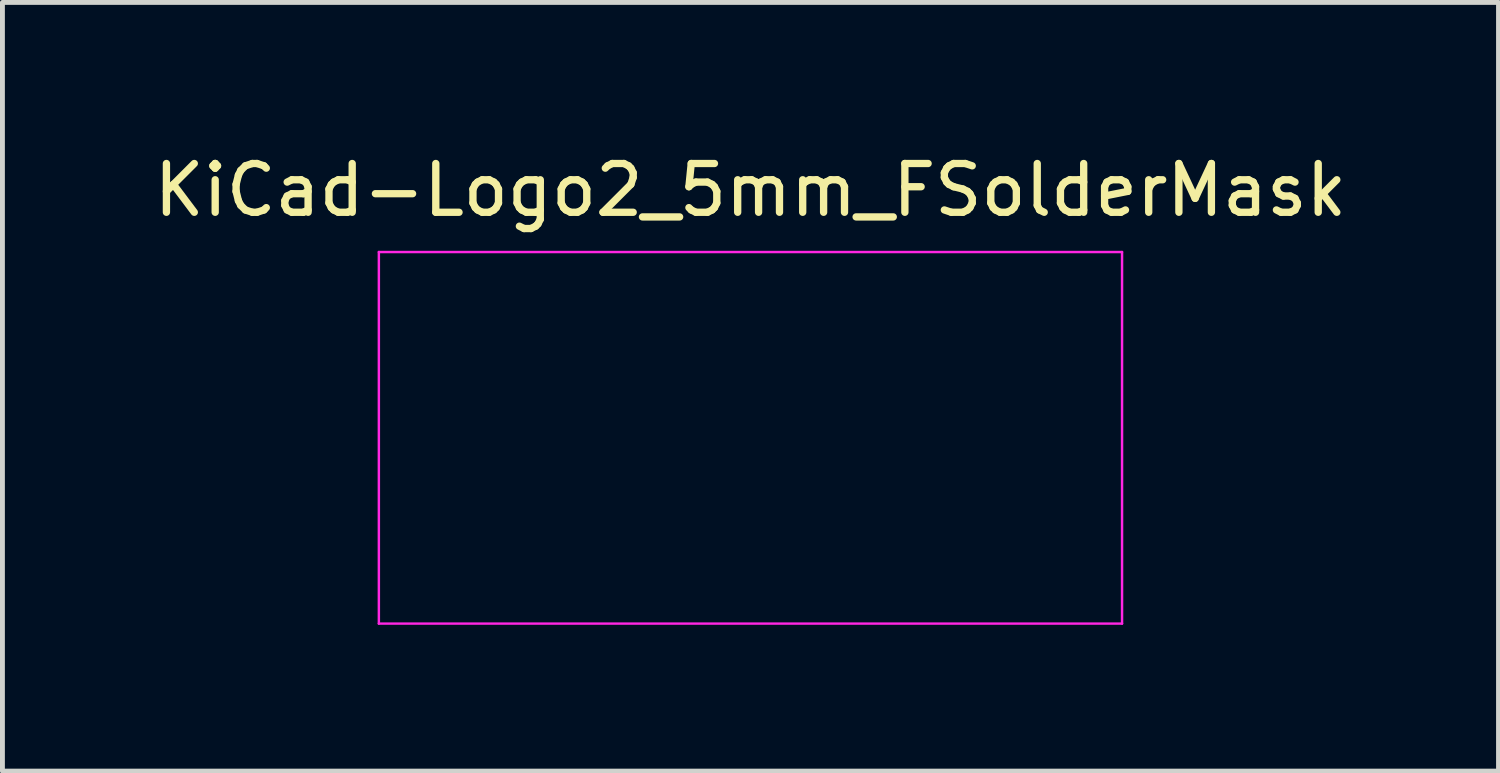
<source format=kicad_pcb>
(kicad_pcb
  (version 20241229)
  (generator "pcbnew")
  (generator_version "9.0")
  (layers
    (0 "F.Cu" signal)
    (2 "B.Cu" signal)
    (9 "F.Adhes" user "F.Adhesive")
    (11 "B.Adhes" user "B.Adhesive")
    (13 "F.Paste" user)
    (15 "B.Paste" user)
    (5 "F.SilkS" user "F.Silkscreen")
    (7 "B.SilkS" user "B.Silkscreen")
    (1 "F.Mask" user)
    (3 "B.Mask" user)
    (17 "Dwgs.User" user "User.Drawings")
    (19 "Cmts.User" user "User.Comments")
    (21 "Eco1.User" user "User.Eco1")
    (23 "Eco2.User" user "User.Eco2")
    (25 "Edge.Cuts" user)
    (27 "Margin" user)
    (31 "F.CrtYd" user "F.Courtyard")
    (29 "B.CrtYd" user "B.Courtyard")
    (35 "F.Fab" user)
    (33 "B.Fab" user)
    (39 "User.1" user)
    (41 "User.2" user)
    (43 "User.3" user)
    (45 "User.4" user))
  (footprint "KiCad-Logo2_5mm_FSolderMask"
    (layer "F.Cu")
    (at 12.339 5.928)
    (property "Reference" "KiCad-Logo2_5mm_FSolderMask" (at 0 -5.08 0) (layer "F.SilkS") (effects (font (size 1 1) (thickness 0.15))))
    (attr exclude_from_pos_files exclude_from_bom)
    (fp_poly (pts (xy 4.189 2.276) (xy 4.212 2.291) (xy 4.239 2.312) (xy 4.239 2.634) (xy 4.239 2.728) (xy 4.239 2.802) (xy 4.238 2.859) (xy 4.236 2.901) (xy 4.234 2.931) (xy 4.231 2.951) (xy 4.227 2.965) (xy 4.221 2.974) (xy 4.217 2.979) (xy 4.186 3) (xy 4.15 2.999) (xy 4.119 2.981) (xy 4.092 2.96) (xy 4.092 2.312) (xy 4.119 2.291) (xy 4.145 2.275) (xy 4.166 2.269) (xy 4.189 2.276)) (stroke (width 0.01) (type solid)) (fill yes) (layer "F.Mask"))
    (fp_poly (pts (xy -2.924 2.292) (xy -2.917 2.299) (xy -2.912 2.309) (xy -2.908 2.324) (xy -2.905 2.346) (xy -2.903 2.378) (xy -2.902 2.422) (xy -2.902 2.482) (xy -2.901 2.56) (xy -2.901 2.636) (xy -2.901 2.73) (xy -2.902 2.804) (xy -2.902 2.86) (xy -2.904 2.902) (xy -2.906 2.932) (xy -2.909 2.952) (xy -2.913 2.965) (xy -2.919 2.974) (xy -2.924 2.98) (xy -2.957 3) (xy -2.992 2.998) (xy -3.023 2.977) (xy -3.031 2.968) (xy -3.036 2.959) (xy -3.041 2.945) (xy -3.044 2.924) (xy -3.046 2.895) (xy -3.047 2.853) (xy -3.048 2.796) (xy -3.048 2.722) (xy -3.048 2.638) (xy -3.048 2.324) (xy -3.02 2.297) (xy -2.986 2.273) (xy -2.953 2.273) (xy -2.924 2.292)) (stroke (width 0.01) (type solid)) (fill yes) (layer "F.Mask"))
    (fp_poly (pts (xy -2.273 -2.973) (xy -2.177 -2.949) (xy -2.09 -2.906) (xy -2.015 -2.847) (xy -1.954 -2.772) (xy -1.909 -2.683) (xy -1.883 -2.586) (xy -1.877 -2.489) (xy -1.892 -2.395) (xy -1.926 -2.307) (xy -1.977 -2.228) (xy -2.042 -2.16) (xy -2.121 -2.106) (xy -2.212 -2.068) (xy -2.263 -2.056) (xy -2.308 -2.048) (xy -2.342 -2.045) (xy -2.375 -2.047) (xy -2.415 -2.054) (xy -2.449 -2.061) (xy -2.542 -2.092) (xy -2.626 -2.143) (xy -2.698 -2.213) (xy -2.756 -2.298) (xy -2.77 -2.326) (xy -2.787 -2.362) (xy -2.797 -2.392) (xy -2.802 -2.425) (xy -2.805 -2.466) (xy -2.805 -2.512) (xy -2.801 -2.596) (xy -2.787 -2.665) (xy -2.762 -2.726) (xy -2.723 -2.784) (xy -2.684 -2.829) (xy -2.612 -2.895) (xy -2.537 -2.94) (xy -2.455 -2.967) (xy -2.377 -2.977) (xy -2.273 -2.973)) (stroke (width 0.01) (type solid)) (fill yes) (layer "F.Mask"))
    (fp_poly (pts (xy 4.963 2.269) (xy 5.042 2.27) (xy 5.103 2.27) (xy 5.149 2.272) (xy 5.182 2.274) (xy 5.205 2.277) (xy 5.221 2.28) (xy 5.231 2.285) (xy 5.236 2.289) (xy 5.261 2.321) (xy 5.265 2.355) (xy 5.249 2.386) (xy 5.238 2.398) (xy 5.227 2.406) (xy 5.211 2.412) (xy 5.186 2.414) (xy 5.147 2.416) (xy 5.09 2.416) (xy 5.079 2.416) (xy 4.933 2.416) (xy 4.933 2.687) (xy 4.933 2.772) (xy 4.933 2.838) (xy 4.932 2.887) (xy 4.93 2.922) (xy 4.927 2.946) (xy 4.923 2.962) (xy 4.918 2.972) (xy 4.911 2.98) (xy 4.878 3) (xy 4.843 2.999) (xy 4.812 2.976) (xy 4.81 2.973) (xy 4.802 2.962) (xy 4.797 2.95) (xy 4.793 2.933) (xy 4.79 2.908) (xy 4.788 2.872) (xy 4.787 2.822) (xy 4.787 2.755) (xy 4.786 2.68) (xy 4.786 2.416) (xy 4.647 2.416) (xy 4.587 2.415) (xy 4.546 2.414) (xy 4.519 2.411) (xy 4.502 2.405) (xy 4.49 2.397) (xy 4.489 2.395) (xy 4.473 2.362) (xy 4.474 2.324) (xy 4.493 2.292) (xy 4.5 2.285) (xy 4.51 2.28) (xy 4.524 2.276) (xy 4.545 2.274) (xy 4.575 2.272) (xy 4.618 2.27) (xy 4.676 2.269) (xy 4.75 2.269) (xy 4.844 2.269) (xy 4.864 2.269) (xy 4.963 2.269)) (stroke (width 0.01) (type solid)) (fill yes) (layer "F.Mask"))
    (fp_poly (pts (xy 6.229 2.275) (xy 6.26 2.297) (xy 6.288 2.324) (xy 6.288 2.634) (xy 6.288 2.726) (xy 6.287 2.798) (xy 6.287 2.853) (xy 6.285 2.893) (xy 6.283 2.922) (xy 6.28 2.942) (xy 6.275 2.956) (xy 6.269 2.967) (xy 6.265 2.973) (xy 6.234 2.998) (xy 6.198 3) (xy 6.166 2.985) (xy 6.156 2.976) (xy 6.148 2.965) (xy 6.144 2.946) (xy 6.142 2.915) (xy 6.141 2.869) (xy 6.141 2.833) (xy 6.141 2.698) (xy 5.644 2.698) (xy 5.644 2.821) (xy 5.644 2.877) (xy 5.642 2.915) (xy 5.638 2.941) (xy 5.63 2.96) (xy 5.621 2.973) (xy 5.59 2.998) (xy 5.555 3.001) (xy 5.522 2.983) (xy 5.513 2.974) (xy 5.506 2.962) (xy 5.502 2.943) (xy 5.499 2.914) (xy 5.498 2.87) (xy 5.497 2.808) (xy 5.497 2.794) (xy 5.497 2.678) (xy 5.497 2.582) (xy 5.497 2.504) (xy 5.497 2.443) (xy 5.498 2.396) (xy 5.5 2.361) (xy 5.502 2.335) (xy 5.505 2.318) (xy 5.51 2.306) (xy 5.515 2.298) (xy 5.52 2.292) (xy 5.552 2.272) (xy 5.585 2.275) (xy 5.617 2.297) (xy 5.629 2.311) (xy 5.638 2.327) (xy 5.642 2.35) (xy 5.644 2.384) (xy 5.644 2.436) (xy 5.644 2.551) (xy 6.141 2.551) (xy 6.141 2.433) (xy 6.142 2.378) (xy 6.144 2.341) (xy 6.148 2.317) (xy 6.155 2.301) (xy 6.164 2.292) (xy 6.196 2.272) (xy 6.229 2.275)) (stroke (width 0.01) (type solid)) (fill yes) (layer "F.Mask"))
    (fp_poly (pts (xy 1.018 2.269) (xy 1.147 2.274) (xy 1.257 2.287) (xy 1.349 2.31) (xy 1.426 2.343) (xy 1.489 2.388) (xy 1.539 2.444) (xy 1.58 2.514) (xy 1.58 2.515) (xy 1.605 2.577) (xy 1.613 2.633) (xy 1.606 2.688) (xy 1.584 2.751) (xy 1.579 2.761) (xy 1.55 2.817) (xy 1.517 2.86) (xy 1.475 2.897) (xy 1.417 2.934) (xy 1.414 2.936) (xy 1.364 2.96) (xy 1.307 2.978) (xy 1.24 2.991) (xy 1.159 2.999) (xy 1.06 3.002) (xy 1.025 3.002) (xy 0.86 3.003) (xy 0.836 2.973) (xy 0.829 2.963) (xy 0.824 2.952) (xy 0.82 2.936) (xy 0.817 2.913) (xy 0.815 2.88) (xy 0.814 2.856) (xy 0.971 2.856) (xy 1.065 2.856) (xy 1.12 2.854) (xy 1.176 2.85) (xy 1.222 2.844) (xy 1.225 2.844) (xy 1.307 2.822) (xy 1.371 2.789) (xy 1.418 2.743) (xy 1.451 2.683) (xy 1.457 2.667) (xy 1.463 2.642) (xy 1.46 2.618) (xy 1.448 2.585) (xy 1.441 2.569) (xy 1.418 2.527) (xy 1.39 2.497) (xy 1.359 2.477) (xy 1.297 2.45) (xy 1.218 2.43) (xy 1.125 2.419) (xy 1.058 2.416) (xy 0.971 2.416) (xy 0.971 2.856) (xy 0.814 2.856) (xy 0.814 2.835) (xy 0.813 2.774) (xy 0.813 2.696) (xy 0.813 2.634) (xy 0.813 2.324) (xy 0.841 2.297) (xy 0.853 2.286) (xy 0.866 2.278) (xy 0.885 2.273) (xy 0.913 2.27) (xy 0.955 2.269) (xy 1.015 2.269) (xy 1.018 2.269)) (stroke (width 0.01) (type solid)) (fill yes) (layer "F.Mask"))
    (fp_poly (pts (xy -6.121 2.269) (xy -6.082 2.269) (xy -5.966 2.272) (xy -5.869 2.281) (xy -5.788 2.295) (xy -5.719 2.317) (xy -5.658 2.347) (xy -5.604 2.387) (xy -5.584 2.404) (xy -5.552 2.443) (xy -5.523 2.497) (xy -5.5 2.557) (xy -5.488 2.615) (xy -5.486 2.636) (xy -5.494 2.695) (xy -5.516 2.759) (xy -5.547 2.82) (xy -5.584 2.868) (xy -5.59 2.874) (xy -5.641 2.915) (xy -5.696 2.947) (xy -5.76 2.971) (xy -5.834 2.988) (xy -5.924 2.998) (xy -6.031 3.002) (xy -6.08 3.003) (xy -6.142 3.003) (xy -6.186 3.001) (xy -6.215 2.999) (xy -6.234 2.994) (xy -6.247 2.987) (xy -6.254 2.98) (xy -6.261 2.973) (xy -6.266 2.963) (xy -6.27 2.948) (xy -6.273 2.926) (xy -6.274 2.894) (xy -6.276 2.85) (xy -6.276 2.79) (xy -6.277 2.712) (xy -6.277 2.636) (xy -6.277 2.535) (xy -6.277 2.454) (xy -6.276 2.416) (xy -6.13 2.416) (xy -6.13 2.856) (xy -6.037 2.856) (xy -5.981 2.854) (xy -5.922 2.85) (xy -5.873 2.844) (xy -5.872 2.844) (xy -5.792 2.825) (xy -5.731 2.795) (xy -5.684 2.753) (xy -5.655 2.707) (xy -5.636 2.656) (xy -5.638 2.608) (xy -5.659 2.557) (xy -5.7 2.504) (xy -5.758 2.465) (xy -5.833 2.438) (xy -5.883 2.429) (xy -5.939 2.423) (xy -6 2.418) (xy -6.051 2.416) (xy -6.054 2.416) (xy -6.13 2.416) (xy -6.276 2.416) (xy -6.275 2.392) (xy -6.271 2.345) (xy -6.263 2.312) (xy -6.25 2.29) (xy -6.23 2.277) (xy -6.203 2.27) (xy -6.167 2.269) (xy -6.121 2.269)) (stroke (width 0.01) (type solid)) (fill yes) (layer "F.Mask"))
    (fp_poly (pts (xy -1.3 2.273) (xy -1.277 2.287) (xy -1.246 2.31) (xy -1.206 2.342) (xy -1.156 2.386) (xy -1.094 2.441) (xy -1.018 2.509) (xy -0.931 2.588) (xy -0.751 2.752) (xy -0.745 2.532) (xy -0.743 2.456) (xy -0.741 2.4) (xy -0.739 2.36) (xy -0.736 2.332) (xy -0.731 2.314) (xy -0.725 2.303) (xy -0.717 2.294) (xy -0.713 2.291) (xy -0.678 2.272) (xy -0.645 2.274) (xy -0.619 2.291) (xy -0.593 2.312) (xy -0.589 2.627) (xy -0.588 2.72) (xy -0.588 2.793) (xy -0.588 2.848) (xy -0.589 2.889) (xy -0.591 2.919) (xy -0.594 2.939) (xy -0.598 2.953) (xy -0.604 2.964) (xy -0.61 2.972) (xy -0.623 2.988) (xy -0.637 2.999) (xy -0.652 3.003) (xy -0.671 2.999) (xy -0.695 2.987) (xy -0.727 2.965) (xy -0.768 2.932) (xy -0.821 2.887) (xy -0.886 2.829) (xy -0.96 2.762) (xy -1.225 2.521) (xy -1.23 2.741) (xy -1.233 2.816) (xy -1.235 2.872) (xy -1.237 2.913) (xy -1.24 2.94) (xy -1.244 2.958) (xy -1.25 2.969) (xy -1.259 2.978) (xy -1.263 2.981) (xy -1.3 3) (xy -1.335 2.997) (xy -1.365 2.973) (xy -1.372 2.963) (xy -1.378 2.952) (xy -1.382 2.936) (xy -1.385 2.913) (xy -1.386 2.88) (xy -1.388 2.835) (xy -1.388 2.774) (xy -1.389 2.694) (xy -1.389 2.636) (xy -1.388 2.544) (xy -1.388 2.473) (xy -1.387 2.418) (xy -1.386 2.378) (xy -1.384 2.349) (xy -1.38 2.329) (xy -1.376 2.315) (xy -1.37 2.305) (xy -1.365 2.299) (xy -1.354 2.285) (xy -1.343 2.274) (xy -1.332 2.268) (xy -1.318 2.267) (xy -1.3 2.273)) (stroke (width 0.01) (type solid)) (fill yes) (layer "F.Mask"))
    (fp_poly (pts (xy -1.95 2.275) (xy -1.882 2.286) (xy -1.829 2.304) (xy -1.795 2.327) (xy -1.785 2.341) (xy -1.776 2.372) (xy -1.782 2.4) (xy -1.802 2.427) (xy -1.834 2.44) (xy -1.879 2.439) (xy -1.914 2.432) (xy -1.992 2.419) (xy -2.072 2.418) (xy -2.162 2.428) (xy -2.186 2.433) (xy -2.269 2.456) (xy -2.334 2.491) (xy -2.38 2.537) (xy -2.407 2.592) (xy -2.413 2.621) (xy -2.409 2.68) (xy -2.386 2.732) (xy -2.345 2.776) (xy -2.288 2.811) (xy -2.219 2.837) (xy -2.138 2.852) (xy -2.048 2.854) (xy -1.951 2.845) (xy -1.945 2.844) (xy -1.907 2.836) (xy -1.885 2.83) (xy -1.876 2.819) (xy -1.874 2.802) (xy -1.874 2.793) (xy -1.874 2.754) (xy -1.942 2.754) (xy -2.003 2.75) (xy -2.044 2.737) (xy -2.068 2.714) (xy -2.077 2.679) (xy -2.077 2.674) (xy -2.072 2.645) (xy -2.054 2.623) (xy -2.022 2.609) (xy -1.972 2.601) (xy -1.923 2.598) (xy -1.852 2.596) (xy -1.801 2.599) (xy -1.766 2.609) (xy -1.744 2.628) (xy -1.733 2.66) (xy -1.728 2.708) (xy -1.727 2.77) (xy -1.729 2.84) (xy -1.733 2.887) (xy -1.74 2.912) (xy -1.741 2.914) (xy -1.78 2.946) (xy -1.837 2.97) (xy -1.909 2.988) (xy -1.991 2.999) (xy -2.081 3.001) (xy -2.175 2.994) (xy -2.23 2.986) (xy -2.316 2.962) (xy -2.396 2.922) (xy -2.463 2.87) (xy -2.473 2.86) (xy -2.506 2.816) (xy -2.536 2.762) (xy -2.559 2.706) (xy -2.572 2.654) (xy -2.574 2.635) (xy -2.567 2.593) (xy -2.55 2.542) (xy -2.524 2.488) (xy -2.495 2.439) (xy -2.469 2.406) (xy -2.408 2.357) (xy -2.329 2.319) (xy -2.235 2.29) (xy -2.129 2.274) (xy -2.032 2.27) (xy -1.95 2.275)) (stroke (width 0.01) (type solid)) (fill yes) (layer "F.Mask"))
    (fp_poly (pts (xy 0.23 2.269) (xy 0.307 2.27) (xy 0.365 2.272) (xy 0.408 2.276) (xy 0.438 2.282) (xy 0.457 2.291) (xy 0.468 2.303) (xy 0.473 2.319) (xy 0.474 2.339) (xy 0.474 2.341) (xy 0.473 2.364) (xy 0.468 2.382) (xy 0.457 2.395) (xy 0.437 2.404) (xy 0.406 2.41) (xy 0.36 2.414) (xy 0.298 2.417) (xy 0.216 2.418) (xy 0.191 2.418) (xy -0.051 2.421) (xy -0.054 2.486) (xy -0.058 2.551) (xy 0.111 2.551) (xy 0.176 2.552) (xy 0.223 2.553) (xy 0.255 2.555) (xy 0.276 2.559) (xy 0.289 2.565) (xy 0.299 2.573) (xy 0.299 2.573) (xy 0.316 2.607) (xy 0.316 2.643) (xy 0.297 2.674) (xy 0.294 2.678) (xy 0.281 2.686) (xy 0.263 2.692) (xy 0.237 2.695) (xy 0.197 2.697) (xy 0.142 2.698) (xy 0.106 2.698) (xy -0.056 2.698) (xy -0.056 2.856) (xy 0.19 2.856) (xy 0.272 2.856) (xy 0.333 2.857) (xy 0.379 2.858) (xy 0.41 2.86) (xy 0.431 2.864) (xy 0.445 2.868) (xy 0.453 2.874) (xy 0.455 2.877) (xy 0.472 2.908) (xy 0.473 2.944) (xy 0.46 2.975) (xy 0.449 2.985) (xy 0.438 2.991) (xy 0.421 2.995) (xy 0.396 2.998) (xy 0.359 3) (xy 0.308 3.002) (xy 0.24 3.003) (xy 0.153 3.003) (xy 0.133 3.003) (xy 0.045 3.003) (xy -0.024 3.002) (xy -0.075 3.002) (xy -0.113 3) (xy -0.139 2.998) (xy -0.156 2.994) (xy -0.167 2.989) (xy -0.176 2.983) (xy -0.18 2.978) (xy -0.187 2.97) (xy -0.192 2.96) (xy -0.196 2.945) (xy -0.199 2.923) (xy -0.201 2.89) (xy -0.202 2.845) (xy -0.203 2.785) (xy -0.203 2.707) (xy -0.203 2.641) (xy -0.203 2.549) (xy -0.203 2.476) (xy -0.202 2.421) (xy -0.201 2.38) (xy -0.198 2.35) (xy -0.195 2.33) (xy -0.191 2.316) (xy -0.185 2.305) (xy -0.18 2.299) (xy -0.156 2.269) (xy 0.134 2.269) (xy 0.23 2.269)) (stroke (width 0.01) (type solid)) (fill yes) (layer "F.Mask"))
    (fp_poly (pts (xy -4.713 2.269) (xy -4.643 2.27) (xy -4.591 2.27) (xy -4.553 2.272) (xy -4.526 2.274) (xy -4.508 2.278) (xy -4.496 2.283) (xy -4.487 2.289) (xy -4.484 2.292) (xy -4.464 2.323) (xy -4.46 2.359) (xy -4.473 2.391) (xy -4.48 2.397) (xy -4.489 2.403) (xy -4.505 2.408) (xy -4.529 2.412) (xy -4.566 2.414) (xy -4.617 2.416) (xy -4.685 2.418) (xy -4.748 2.418) (xy -4.995 2.421) (xy -4.999 2.486) (xy -5.002 2.551) (xy -4.834 2.551) (xy -4.761 2.552) (xy -4.708 2.555) (xy -4.671 2.56) (xy -4.647 2.57) (xy -4.634 2.586) (xy -4.629 2.607) (xy -4.628 2.628) (xy -4.631 2.653) (xy -4.64 2.671) (xy -4.659 2.684) (xy -4.691 2.692) (xy -4.738 2.696) (xy -4.804 2.698) (xy -4.84 2.698) (xy -5.001 2.698) (xy -5.001 2.856) (xy -4.753 2.856) (xy -4.671 2.856) (xy -4.609 2.857) (xy -4.564 2.858) (xy -4.532 2.86) (xy -4.511 2.863) (xy -4.496 2.868) (xy -4.487 2.874) (xy -4.482 2.879) (xy -4.465 2.906) (xy -4.459 2.929) (xy -4.467 2.959) (xy -4.482 2.98) (xy -4.49 2.987) (xy -4.5 2.992) (xy -4.515 2.996) (xy -4.538 2.999) (xy -4.571 3.001) (xy -4.618 3.002) (xy -4.68 3.003) (xy -4.761 3.003) (xy -4.803 3.003) (xy -4.894 3.003) (xy -4.964 3.002) (xy -5.017 3.002) (xy -5.056 3) (xy -5.083 2.998) (xy -5.101 2.994) (xy -5.113 2.99) (xy -5.122 2.983) (xy -5.125 2.98) (xy -5.132 2.973) (xy -5.137 2.963) (xy -5.141 2.948) (xy -5.144 2.926) (xy -5.146 2.894) (xy -5.147 2.849) (xy -5.147 2.789) (xy -5.148 2.711) (xy -5.148 2.638) (xy -5.148 2.545) (xy -5.147 2.471) (xy -5.147 2.415) (xy -5.146 2.374) (xy -5.144 2.345) (xy -5.141 2.325) (xy -5.136 2.312) (xy -5.131 2.303) (xy -5.123 2.295) (xy -5.122 2.294) (xy -5.113 2.286) (xy -5.103 2.28) (xy -5.089 2.276) (xy -5.067 2.273) (xy -5.036 2.271) (xy -4.993 2.27) (xy -4.934 2.269) (xy -4.857 2.269) (xy -4.802 2.269) (xy -4.713 2.269)) (stroke (width 0.01) (type solid)) (fill yes) (layer "F.Mask"))
    (fp_poly (pts (xy 3.745 2.271) (xy 3.764 2.278) (xy 3.765 2.278) (xy 3.792 2.299) (xy 3.806 2.32) (xy 3.809 2.329) (xy 3.809 2.342) (xy 3.805 2.361) (xy 3.796 2.387) (xy 3.782 2.424) (xy 3.761 2.473) (xy 3.732 2.536) (xy 3.695 2.617) (xy 3.675 2.661) (xy 3.639 2.74) (xy 3.604 2.812) (xy 3.574 2.876) (xy 3.548 2.928) (xy 3.528 2.965) (xy 3.516 2.986) (xy 3.513 2.989) (xy 3.482 3.001) (xy 3.447 3) (xy 3.419 2.984) (xy 3.418 2.983) (xy 3.407 2.966) (xy 3.388 2.933) (xy 3.364 2.888) (xy 3.337 2.836) (xy 3.327 2.817) (xy 3.254 2.67) (xy 3.174 2.829) (xy 3.146 2.884) (xy 3.119 2.932) (xy 3.097 2.969) (xy 3.081 2.991) (xy 3.076 2.996) (xy 3.034 3.002) (xy 3 2.989) (xy 2.99 2.974) (xy 2.972 2.943) (xy 2.949 2.897) (xy 2.921 2.839) (xy 2.89 2.774) (xy 2.857 2.704) (xy 2.824 2.631) (xy 2.792 2.56) (xy 2.763 2.494) (xy 2.737 2.435) (xy 2.718 2.386) (xy 2.705 2.352) (xy 2.7 2.334) (xy 2.7 2.334) (xy 2.711 2.311) (xy 2.733 2.289) (xy 2.735 2.288) (xy 2.762 2.272) (xy 2.787 2.273) (xy 2.796 2.275) (xy 2.808 2.282) (xy 2.82 2.294) (xy 2.834 2.315) (xy 2.852 2.347) (xy 2.875 2.393) (xy 2.905 2.455) (xy 2.932 2.512) (xy 2.962 2.578) (xy 2.99 2.638) (xy 3.013 2.688) (xy 3.03 2.725) (xy 3.039 2.746) (xy 3.041 2.749) (xy 3.047 2.743) (xy 3.061 2.721) (xy 3.081 2.685) (xy 3.106 2.638) (xy 3.115 2.619) (xy 3.148 2.554) (xy 3.174 2.507) (xy 3.194 2.474) (xy 3.21 2.454) (xy 3.226 2.443) (xy 3.242 2.439) (xy 3.252 2.438) (xy 3.271 2.44) (xy 3.287 2.447) (xy 3.303 2.462) (xy 3.321 2.487) (xy 3.344 2.526) (xy 3.373 2.581) (xy 3.389 2.613) (xy 3.415 2.663) (xy 3.437 2.705) (xy 3.454 2.734) (xy 3.464 2.748) (xy 3.466 2.749) (xy 3.472 2.738) (xy 3.487 2.709) (xy 3.508 2.666) (xy 3.534 2.612) (xy 3.564 2.548) (xy 3.578 2.517) (xy 3.616 2.436) (xy 3.647 2.374) (xy 3.672 2.328) (xy 3.692 2.297) (xy 3.71 2.278) (xy 3.727 2.271) (xy 3.745 2.271)) (stroke (width 0.01) (type solid)) (fill yes) (layer "F.Mask"))
    (fp_poly (pts (xy -3.692 2.27) (xy -3.617 2.276) (xy -3.547 2.284) (xy -3.487 2.295) (xy -3.44 2.308) (xy -3.41 2.323) (xy -3.406 2.327) (xy -3.39 2.362) (xy -3.395 2.397) (xy -3.419 2.428) (xy -3.421 2.429) (xy -3.435 2.438) (xy -3.45 2.443) (xy -3.471 2.443) (xy -3.503 2.44) (xy -3.552 2.432) (xy -3.556 2.432) (xy -3.629 2.423) (xy -3.707 2.418) (xy -3.786 2.418) (xy -3.859 2.422) (xy -3.922 2.43) (xy -3.968 2.443) (xy -3.971 2.444) (xy -4.005 2.463) (xy -4.017 2.482) (xy -4.008 2.5) (xy -3.978 2.518) (xy -3.929 2.535) (xy -3.861 2.549) (xy -3.816 2.556) (xy -3.721 2.57) (xy -3.647 2.582) (xy -3.588 2.594) (xy -3.542 2.608) (xy -3.506 2.623) (xy -3.476 2.641) (xy -3.449 2.664) (xy -3.428 2.686) (xy -3.403 2.717) (xy -3.391 2.743) (xy -3.387 2.776) (xy -3.387 2.788) (xy -3.39 2.828) (xy -3.401 2.857) (xy -3.421 2.883) (xy -3.462 2.924) (xy -3.508 2.954) (xy -3.562 2.976) (xy -3.627 2.991) (xy -3.707 2.999) (xy -3.805 3.001) (xy -3.821 3.001) (xy -3.887 3) (xy -3.952 2.997) (xy -4.009 2.992) (xy -4.052 2.987) (xy -4.055 2.987) (xy -4.098 2.976) (xy -4.134 2.964) (xy -4.154 2.952) (xy -4.173 2.922) (xy -4.174 2.886) (xy -4.158 2.854) (xy -4.154 2.851) (xy -4.139 2.84) (xy -4.12 2.835) (xy -4.091 2.836) (xy -4.056 2.84) (xy -4.016 2.844) (xy -3.96 2.847) (xy -3.895 2.849) (xy -3.828 2.85) (xy -3.81 2.85) (xy -3.742 2.85) (xy -3.692 2.849) (xy -3.657 2.846) (xy -3.63 2.841) (xy -3.609 2.834) (xy -3.596 2.828) (xy -3.568 2.811) (xy -3.55 2.796) (xy -3.547 2.792) (xy -3.553 2.774) (xy -3.579 2.757) (xy -3.624 2.741) (xy -3.687 2.728) (xy -3.705 2.725) (xy -3.801 2.71) (xy -3.878 2.697) (xy -3.938 2.686) (xy -3.984 2.676) (xy -4.021 2.665) (xy -4.049 2.653) (xy -4.073 2.639) (xy -4.096 2.622) (xy -4.119 2.601) (xy -4.127 2.594) (xy -4.155 2.567) (xy -4.17 2.545) (xy -4.176 2.52) (xy -4.177 2.489) (xy -4.167 2.428) (xy -4.136 2.376) (xy -4.085 2.333) (xy -4.013 2.3) (xy -3.962 2.285) (xy -3.907 2.275) (xy -3.841 2.27) (xy -3.768 2.268) (xy -3.692 2.27)) (stroke (width 0.01) (type solid)) (fill yes) (layer "F.Mask"))
    (fp_poly (pts (xy 0.328 -2.051) (xy 0.489 -2.03) (xy 0.653 -1.99) (xy 0.822 -1.93) (xy 1 -1.851) (xy 1.011 -1.845) (xy 1.069 -1.817) (xy 1.121 -1.793) (xy 1.162 -1.775) (xy 1.19 -1.764) (xy 1.2 -1.761) (xy 1.219 -1.756) (xy 1.224 -1.752) (xy 1.218 -1.741) (xy 1.202 -1.715) (xy 1.177 -1.676) (xy 1.145 -1.626) (xy 1.107 -1.569) (xy 1.066 -1.507) (xy 1.023 -1.442) (xy 0.98 -1.379) (xy 0.939 -1.319) (xy 0.902 -1.265) (xy 0.871 -1.22) (xy 0.847 -1.186) (xy 0.832 -1.167) (xy 0.83 -1.165) (xy 0.82 -1.17) (xy 0.798 -1.187) (xy 0.767 -1.214) (xy 0.752 -1.228) (xy 0.655 -1.303) (xy 0.548 -1.359) (xy 0.433 -1.394) (xy 0.31 -1.408) (xy 0.241 -1.407) (xy 0.119 -1.39) (xy 0.01 -1.354) (xy -0.087 -1.299) (xy -0.174 -1.225) (xy -0.249 -1.131) (xy -0.314 -1.018) (xy -0.351 -0.931) (xy -0.395 -0.796) (xy -0.428 -0.648) (xy -0.448 -0.493) (xy -0.458 -0.333) (xy -0.456 -0.173) (xy -0.443 -0.016) (xy -0.419 0.133) (xy -0.384 0.271) (xy -0.338 0.395) (xy -0.322 0.429) (xy -0.253 0.543) (xy -0.173 0.64) (xy -0.081 0.718) (xy 0.02 0.777) (xy 0.13 0.816) (xy 0.247 0.834) (xy 0.289 0.835) (xy 0.41 0.824) (xy 0.531 0.791) (xy 0.649 0.737) (xy 0.762 0.663) (xy 0.854 0.585) (xy 0.9 0.54) (xy 1.081 0.837) (xy 1.127 0.911) (xy 1.168 0.98) (xy 1.204 1.039) (xy 1.233 1.088) (xy 1.254 1.124) (xy 1.265 1.144) (xy 1.266 1.147) (xy 1.258 1.157) (xy 1.233 1.174) (xy 1.193 1.197) (xy 1.142 1.225) (xy 1.084 1.255) (xy 1.021 1.287) (xy 0.958 1.318) (xy 0.896 1.346) (xy 0.839 1.371) (xy 0.791 1.391) (xy 0.768 1.399) (xy 0.634 1.437) (xy 0.496 1.462) (xy 0.349 1.475) (xy 0.222 1.477) (xy 0.154 1.476) (xy 0.088 1.474) (xy 0.031 1.471) (xy -0.013 1.468) (xy -0.027 1.466) (xy -0.166 1.438) (xy -0.307 1.392) (xy -0.445 1.334) (xy -0.572 1.264) (xy -0.649 1.211) (xy -0.777 1.103) (xy -0.895 0.977) (xy -1.002 0.835) (xy -1.095 0.681) (xy -1.173 0.518) (xy -1.217 0.401) (xy -1.267 0.217) (xy -1.301 0.023) (xy -1.318 -0.179) (xy -1.318 -0.382) (xy -1.301 -0.584) (xy -1.268 -0.781) (xy -1.217 -0.967) (xy -1.214 -0.978) (xy -1.151 -1.14) (xy -1.074 -1.288) (xy -0.981 -1.426) (xy -0.868 -1.558) (xy -0.825 -1.604) (xy -0.688 -1.728) (xy -0.549 -1.83) (xy -0.403 -1.912) (xy -0.249 -1.975) (xy -0.084 -2.02) (xy 0.011 -2.038) (xy 0.17 -2.054) (xy 0.328 -2.051)) (stroke (width 0.01) (type solid)) (fill yes) (layer "F.Mask"))
    (fp_poly (pts (xy 6.187 -0.528) (xy 6.187 -0.293) (xy 6.187 -0.08) (xy 6.187 0.112) (xy 6.187 0.285) (xy 6.187 0.441) (xy 6.188 0.579) (xy 6.188 0.701) (xy 6.189 0.808) (xy 6.19 0.901) (xy 6.192 0.982) (xy 6.194 1.051) (xy 6.196 1.11) (xy 6.198 1.159) (xy 6.202 1.2) (xy 6.205 1.234) (xy 6.21 1.262) (xy 6.214 1.285) (xy 6.22 1.304) (xy 6.226 1.321) (xy 6.233 1.335) (xy 6.24 1.349) (xy 6.249 1.364) (xy 6.254 1.373) (xy 6.288 1.434) (xy 5.43 1.434) (xy 5.43 1.338) (xy 5.429 1.294) (xy 5.427 1.261) (xy 5.424 1.243) (xy 5.423 1.242) (xy 5.412 1.249) (xy 5.389 1.267) (xy 5.366 1.286) (xy 5.312 1.327) (xy 5.242 1.368) (xy 5.165 1.405) (xy 5.088 1.435) (xy 5.057 1.445) (xy 4.989 1.46) (xy 4.906 1.47) (xy 4.816 1.475) (xy 4.728 1.474) (xy 4.649 1.469) (xy 4.612 1.463) (xy 4.473 1.425) (xy 4.346 1.367) (xy 4.23 1.29) (xy 4.127 1.195) (xy 4.036 1.081) (xy 3.969 0.97) (xy 3.914 0.854) (xy 3.872 0.734) (xy 3.842 0.608) (xy 3.823 0.472) (xy 3.815 0.32) (xy 3.814 0.243) (xy 3.816 0.186) (xy 4.645 0.186) (xy 4.645 0.279) (xy 4.648 0.367) (xy 4.654 0.444) (xy 4.662 0.505) (xy 4.665 0.517) (xy 4.697 0.625) (xy 4.738 0.712) (xy 4.79 0.779) (xy 4.853 0.826) (xy 4.926 0.853) (xy 5.011 0.862) (xy 5.107 0.851) (xy 5.17 0.835) (xy 5.219 0.817) (xy 5.274 0.791) (xy 5.314 0.767) (xy 5.385 0.721) (xy 5.385 -0.429) (xy 5.317 -0.473) (xy 5.239 -0.514) (xy 5.155 -0.541) (xy 5.07 -0.553) (xy 4.988 -0.549) (xy 4.915 -0.53) (xy 4.883 -0.515) (xy 4.826 -0.472) (xy 4.777 -0.415) (xy 4.735 -0.342) (xy 4.701 -0.252) (xy 4.672 -0.141) (xy 4.671 -0.135) (xy 4.66 -0.073) (xy 4.653 0.005) (xy 4.648 0.093) (xy 4.645 0.186) (xy 3.816 0.186) (xy 3.822 0.03) (xy 3.844 -0.166) (xy 3.88 -0.345) (xy 3.93 -0.506) (xy 3.994 -0.65) (xy 4.071 -0.777) (xy 4.163 -0.886) (xy 4.268 -0.977) (xy 4.314 -1.008) (xy 4.415 -1.064) (xy 4.518 -1.104) (xy 4.628 -1.128) (xy 4.749 -1.138) (xy 4.842 -1.137) (xy 4.971 -1.126) (xy 5.084 -1.104) (xy 5.183 -1.07) (xy 5.271 -1.024) (xy 5.32 -0.99) (xy 5.349 -0.968) (xy 5.371 -0.953) (xy 5.379 -0.948) (xy 5.381 -0.959) (xy 5.382 -0.99) (xy 5.383 -1.037) (xy 5.384 -1.1) (xy 5.384 -1.173) (xy 5.384 -1.256) (xy 5.384 -1.344) (xy 5.384 -1.436) (xy 5.383 -1.528) (xy 5.382 -1.618) (xy 5.381 -1.704) (xy 5.38 -1.781) (xy 5.379 -1.848) (xy 5.377 -1.902) (xy 5.375 -1.94) (xy 5.375 -1.947) (xy 5.367 -2.018) (xy 5.356 -2.073) (xy 5.338 -2.12) (xy 5.312 -2.166) (xy 5.305 -2.176) (xy 5.281 -2.213) (xy 6.186 -2.213) (xy 6.187 -0.528)) (stroke (width 0.01) (type solid)) (fill yes) (layer "F.Mask"))
    (fp_poly (pts (xy 2.674 -1.133) (xy 2.825 -1.113) (xy 2.961 -1.08) (xy 3.08 -1.032) (xy 3.185 -0.971) (xy 3.262 -0.907) (xy 3.331 -0.833) (xy 3.385 -0.753) (xy 3.428 -0.661) (xy 3.443 -0.618) (xy 3.456 -0.579) (xy 3.467 -0.543) (xy 3.477 -0.508) (xy 3.485 -0.472) (xy 3.492 -0.433) (xy 3.498 -0.39) (xy 3.503 -0.34) (xy 3.507 -0.283) (xy 3.51 -0.215) (xy 3.513 -0.136) (xy 3.515 -0.043) (xy 3.517 0.066) (xy 3.518 0.192) (xy 3.52 0.337) (xy 3.521 0.48) (xy 3.522 0.636) (xy 3.524 0.771) (xy 3.525 0.887) (xy 3.526 0.986) (xy 3.528 1.068) (xy 3.53 1.136) (xy 3.532 1.192) (xy 3.535 1.236) (xy 3.539 1.271) (xy 3.544 1.299) (xy 3.55 1.321) (xy 3.557 1.338) (xy 3.565 1.352) (xy 3.574 1.366) (xy 3.585 1.38) (xy 3.59 1.385) (xy 3.605 1.408) (xy 3.612 1.423) (xy 3.612 1.424) (xy 3.602 1.426) (xy 3.571 1.428) (xy 3.522 1.43) (xy 3.458 1.431) (xy 3.382 1.433) (xy 3.295 1.433) (xy 3.2 1.434) (xy 3.19 1.434) (xy 2.767 1.434) (xy 2.763 1.338) (xy 2.76 1.242) (xy 2.698 1.293) (xy 2.601 1.36) (xy 2.491 1.415) (xy 2.404 1.445) (xy 2.335 1.46) (xy 2.252 1.47) (xy 2.162 1.475) (xy 2.074 1.474) (xy 1.995 1.468) (xy 1.959 1.463) (xy 1.819 1.425) (xy 1.692 1.37) (xy 1.58 1.299) (xy 1.484 1.213) (xy 1.404 1.112) (xy 1.341 0.997) (xy 1.296 0.871) (xy 1.284 0.814) (xy 1.276 0.752) (xy 1.273 0.677) (xy 1.272 0.643) (xy 1.272 0.64) (xy 2.032 0.64) (xy 2.042 0.715) (xy 2.07 0.779) (xy 2.118 0.835) (xy 2.123 0.839) (xy 2.172 0.874) (xy 2.223 0.897) (xy 2.284 0.909) (xy 2.359 0.911) (xy 2.377 0.911) (xy 2.431 0.908) (xy 2.471 0.903) (xy 2.506 0.893) (xy 2.545 0.876) (xy 2.556 0.871) (xy 2.616 0.835) (xy 2.663 0.792) (xy 2.676 0.777) (xy 2.721 0.72) (xy 2.721 0.525) (xy 2.72 0.446) (xy 2.718 0.388) (xy 2.715 0.349) (xy 2.711 0.327) (xy 2.707 0.32) (xy 2.691 0.317) (xy 2.657 0.314) (xy 2.61 0.313) (xy 2.555 0.312) (xy 2.546 0.312) (xy 2.425 0.317) (xy 2.323 0.333) (xy 2.236 0.361) (xy 2.164 0.401) (xy 2.109 0.448) (xy 2.064 0.506) (xy 2.039 0.569) (xy 2.032 0.64) (xy 1.272 0.64) (xy 1.274 0.55) (xy 1.283 0.471) (xy 1.299 0.4) (xy 1.324 0.329) (xy 1.348 0.276) (xy 1.407 0.181) (xy 1.485 0.093) (xy 1.58 0.014) (xy 1.69 -0.055) (xy 1.813 -0.111) (xy 1.945 -0.154) (xy 2.009 -0.169) (xy 2.146 -0.191) (xy 2.294 -0.206) (xy 2.446 -0.212) (xy 2.572 -0.211) (xy 2.734 -0.204) (xy 2.727 -0.263) (xy 2.707 -0.362) (xy 2.676 -0.443) (xy 2.632 -0.506) (xy 2.575 -0.551) (xy 2.503 -0.58) (xy 2.416 -0.594) (xy 2.313 -0.591) (xy 2.275 -0.587) (xy 2.134 -0.562) (xy 1.997 -0.521) (xy 1.902 -0.483) (xy 1.857 -0.464) (xy 1.819 -0.448) (xy 1.792 -0.439) (xy 1.785 -0.437) (xy 1.775 -0.446) (xy 1.758 -0.475) (xy 1.734 -0.524) (xy 1.703 -0.594) (xy 1.665 -0.684) (xy 1.658 -0.7) (xy 1.628 -0.772) (xy 1.601 -0.838) (xy 1.578 -0.893) (xy 1.561 -0.936) (xy 1.55 -0.963) (xy 1.547 -0.972) (xy 1.557 -0.977) (xy 1.583 -0.982) (xy 1.611 -0.986) (xy 1.642 -0.991) (xy 1.689 -1) (xy 1.751 -1.013) (xy 1.821 -1.029) (xy 1.896 -1.047) (xy 1.925 -1.054) (xy 2.03 -1.08) (xy 2.117 -1.1) (xy 2.192 -1.115) (xy 2.258 -1.126) (xy 2.319 -1.133) (xy 2.381 -1.138) (xy 2.446 -1.14) (xy 2.504 -1.14) (xy 2.674 -1.133)) (stroke (width 0.01) (type solid)) (fill yes) (layer "F.Mask"))
    (fp_poly (pts (xy -2.946 -2.511) (xy -2.936 -2.397) (xy -2.904 -2.289) (xy -2.853 -2.19) (xy -2.784 -2.102) (xy -2.699 -2.027) (xy -2.602 -1.97) (xy -2.496 -1.93) (xy -2.389 -1.911) (xy -2.283 -1.913) (xy -2.181 -1.932) (xy -2.085 -1.969) (xy -1.996 -2.021) (xy -1.917 -2.087) (xy -1.849 -2.167) (xy -1.796 -2.258) (xy -1.759 -2.359) (xy -1.74 -2.47) (xy -1.738 -2.52) (xy -1.738 -2.608) (xy -1.687 -2.608) (xy -1.65 -2.605) (xy -1.623 -2.593) (xy -1.596 -2.569) (xy -1.558 -2.531) (xy -1.558 -0.339) (xy -1.558 -0.077) (xy -1.558 0.163) (xy -1.558 0.383) (xy -1.558 0.583) (xy -1.558 0.764) (xy -1.558 0.928) (xy -1.559 1.074) (xy -1.559 1.205) (xy -1.559 1.32) (xy -1.56 1.421) (xy -1.561 1.509) (xy -1.561 1.585) (xy -1.562 1.65) (xy -1.563 1.704) (xy -1.564 1.749) (xy -1.565 1.786) (xy -1.567 1.815) (xy -1.568 1.837) (xy -1.57 1.854) (xy -1.572 1.866) (xy -1.574 1.874) (xy -1.576 1.88) (xy -1.577 1.882) (xy -1.581 1.889) (xy -1.585 1.895) (xy -1.589 1.901) (xy -1.594 1.906) (xy -1.601 1.911) (xy -1.611 1.916) (xy -1.625 1.92) (xy -1.645 1.923) (xy -1.669 1.926) (xy -1.701 1.929) (xy -1.741 1.931) (xy -1.789 1.934) (xy -1.846 1.935) (xy -1.914 1.937) (xy -1.994 1.938) (xy -2.085 1.939) (xy -2.19 1.94) (xy -2.309 1.94) (xy -2.443 1.941) (xy -2.593 1.941) (xy -2.76 1.941) (xy -2.945 1.942) (xy -3.149 1.942) (xy -3.372 1.942) (xy -3.616 1.941) (xy -3.881 1.941) (xy -3.92 1.941) (xy -4.187 1.941) (xy -4.432 1.941) (xy -4.657 1.941) (xy -4.861 1.941) (xy -5.047 1.941) (xy -5.215 1.941) (xy -5.366 1.94) (xy -5.501 1.94) (xy -5.62 1.939) (xy -5.725 1.939) (xy -5.817 1.938) (xy -5.896 1.938) (xy -5.964 1.937) (xy -6.021 1.936) (xy -6.069 1.935) (xy -6.107 1.933) (xy -6.138 1.932) (xy -6.162 1.931) (xy -6.18 1.929) (xy -6.192 1.927) (xy -6.201 1.925) (xy -6.205 1.923) (xy -6.214 1.92) (xy -6.221 1.917) (xy -6.229 1.915) (xy -6.235 1.911) (xy -6.241 1.906) (xy -6.246 1.897) (xy -6.251 1.885) (xy -6.255 1.869) (xy -6.259 1.846) (xy -6.262 1.818) (xy -6.265 1.781) (xy -6.268 1.737) (xy -6.27 1.683) (xy -6.271 1.618) (xy -6.273 1.543) (xy -6.274 1.455) (xy -6.275 1.354) (xy -6.276 1.239) (xy -6.276 1.11) (xy -6.276 0.964) (xy -6.277 0.802) (xy -6.277 0.621) (xy -6.277 0.422) (xy -6.277 0.204) (xy -6.277 -0.035) (xy -6.277 -0.296) (xy -6.277 -0.338) (xy -6.277 -0.601) (xy -6.277 -0.842) (xy -6.277 -1.063) (xy -6.277 -1.264) (xy -6.277 -1.446) (xy -6.276 -1.61) (xy -6.276 -1.757) (xy -6.276 -1.888) (xy -6.275 -1.998) (xy -5.972 -1.998) (xy -5.932 -1.94) (xy -5.921 -1.925) (xy -5.911 -1.911) (xy -5.902 -1.897) (xy -5.894 -1.883) (xy -5.887 -1.868) (xy -5.881 -1.849) (xy -5.875 -1.826) (xy -5.871 -1.798) (xy -5.867 -1.764) (xy -5.863 -1.722) (xy -5.861 -1.67) (xy -5.858 -1.609) (xy -5.857 -1.537) (xy -5.855 -1.452) (xy -5.855 -1.354) (xy -5.854 -1.24) (xy -5.853 -1.111) (xy -5.853 -0.965) (xy -5.853 -0.8) (xy -5.853 -0.616) (xy -5.853 -0.41) (xy -5.853 -0.288) (xy -5.853 -0.071) (xy -5.853 0.125) (xy -5.853 0.3) (xy -5.853 0.456) (xy -5.854 0.595) (xy -5.854 0.717) (xy -5.855 0.823) (xy -5.856 0.915) (xy -5.857 0.994) (xy -5.859 1.062) (xy -5.862 1.118) (xy -5.865 1.165) (xy -5.868 1.204) (xy -5.872 1.235) (xy -5.877 1.261) (xy -5.883 1.282) (xy -5.89 1.299) (xy -5.897 1.314) (xy -5.906 1.327) (xy -5.915 1.341) (xy -5.925 1.356) (xy -5.932 1.365) (xy -5.97 1.422) (xy -5.439 1.422) (xy -5.315 1.422) (xy -5.213 1.422) (xy -5.129 1.422) (xy -5.063 1.421) (xy -5.012 1.42) (xy -4.974 1.419) (xy -4.948 1.417) (xy -4.932 1.415) (xy -4.923 1.412) (xy -4.921 1.408) (xy -4.923 1.404) (xy -4.925 1.403) (xy -4.95 1.366) (xy -4.976 1.313) (xy -4.999 1.251) (xy -5.007 1.224) (xy -5.012 1.206) (xy -5.016 1.185) (xy -5.019 1.159) (xy -5.022 1.126) (xy -5.024 1.083) (xy -5.026 1.028) (xy -5.028 0.96) (xy -5.029 0.877) (xy -5.03 0.775) (xy -5.031 0.654) (xy -5.032 0.61) (xy -5.033 0.484) (xy -5.033 0.38) (xy -5.034 0.295) (xy -5.034 0.227) (xy -5.034 0.174) (xy -5.033 0.135) (xy -5.031 0.107) (xy -5.029 0.09) (xy -5.027 0.081) (xy -5.023 0.078) (xy -5.019 0.08) (xy -5.015 0.085) (xy -5.004 0.098) (xy -4.982 0.127) (xy -4.95 0.17) (xy -4.909 0.225) (xy -4.861 0.289) (xy -4.808 0.362) (xy -4.751 0.44) (xy -4.691 0.521) (xy -4.631 0.603) (xy -4.572 0.685) (xy -4.514 0.763) (xy -4.461 0.836) (xy -4.413 0.902) (xy -4.373 0.959) (xy -4.341 1.004) (xy -4.318 1.035) (xy -4.314 1.041) (xy -4.291 1.078) (xy -4.264 1.126) (xy -4.239 1.176) (xy -4.236 1.183) (xy -4.214 1.231) (xy -4.201 1.268) (xy -4.196 1.304) (xy -4.194 1.346) (xy -4.195 1.422) (xy -3.041 1.422) (xy -3.132 1.329) (xy -3.179 1.279) (xy -3.229 1.222) (xy -3.275 1.168) (xy -3.295 1.143) (xy -3.326 1.103) (xy -3.366 1.05) (xy -3.414 0.985) (xy -3.47 0.909) (xy -3.532 0.825) (xy -3.599 0.733) (xy -3.669 0.636) (xy -3.743 0.535) (xy -3.817 0.432) (xy -3.892 0.328) (xy -3.966 0.225) (xy -4.038 0.125) (xy -4.106 0.029) (xy -4.17 -0.061) (xy -4.229 -0.144) (xy -4.28 -0.218) (xy -4.324 -0.28) (xy -4.359 -0.33) (xy -4.383 -0.367) (xy -4.396 -0.387) (xy -4.398 -0.391) (xy -4.39 -0.403) (xy -4.369 -0.43) (xy -4.337 -0.471) (xy -4.294 -0.525) (xy -4.243 -0.589) (xy -4.185 -0.663) (xy -4.12 -0.744) (xy -4.051 -0.831) (xy -3.979 -0.921) (xy -3.904 -1.014) (xy -3.845 -1.088) (xy -2.834 -1.088) (xy -2.828 -1.075) (xy -2.813 -1.053) (xy -2.812 -1.052) (xy -2.793 -1.021) (xy -2.774 -0.985) (xy -2.77 -0.976) (xy -2.766 -0.968) (xy -2.763 -0.958) (xy -2.76 -0.945) (xy -2.758 -0.927) (xy -2.756 -0.904) (xy -2.754 -0.873) (xy -2.753 -0.833) (xy -2.751 -0.784) (xy -2.75 -0.723) (xy -2.749 -0.649) (xy -2.749 -0.561) (xy -2.748 -0.457) (xy -2.747 -0.337) (xy -2.747 -0.198) (xy -2.746 -0.039) (xy -2.746 0.14) (xy -2.745 0.325) (xy -2.745 0.489) (xy -2.745 0.633) (xy -2.744 0.759) (xy -2.745 0.868) (xy -2.745 0.961) (xy -2.747 1.04) (xy -2.748 1.106) (xy -2.75 1.161) (xy -2.753 1.206) (xy -2.757 1.242) (xy -2.761 1.271) (xy -2.766 1.295) (xy -2.772 1.313) (xy -2.779 1.329) (xy -2.787 1.344) (xy -2.797 1.358) (xy -2.805 1.37) (xy -2.822 1.396) (xy -2.832 1.414) (xy -2.834 1.417) (xy -2.823 1.418) (xy -2.791 1.419) (xy -2.742 1.42) (xy -2.677 1.421) (xy -2.599 1.422) (xy -2.51 1.422) (xy -2.411 1.422) (xy -2.342 1.422) (xy -2.237 1.422) (xy -2.141 1.422) (xy -2.054 1.421) (xy -1.98 1.419) (xy -1.921 1.418) (xy -1.879 1.416) (xy -1.855 1.414) (xy -1.851 1.412) (xy -1.859 1.398) (xy -1.867 1.39) (xy -1.88 1.372) (xy -1.897 1.342) (xy -1.909 1.318) (xy -1.936 1.259) (xy -1.939 0.082) (xy -1.942 -1.095) (xy -2.388 -1.095) (xy -2.486 -1.095) (xy -2.576 -1.094) (xy -2.657 -1.094) (xy -2.725 -1.093) (xy -2.779 -1.092) (xy -2.815 -1.09) (xy -2.833 -1.089) (xy -2.834 -1.088) (xy -3.845 -1.088) (xy -3.829 -1.107) (xy -3.755 -1.199) (xy -3.683 -1.289) (xy -3.615 -1.374) (xy -3.551 -1.452) (xy -3.494 -1.523) (xy -3.444 -1.584) (xy -3.403 -1.633) (xy -3.386 -1.654) (xy -3.3 -1.754) (xy -3.223 -1.838) (xy -3.154 -1.906) (xy -3.091 -1.96) (xy -3.082 -1.967) (xy -3.042 -1.998) (xy -4.174 -1.998) (xy -4.169 -1.95) (xy -4.172 -1.893) (xy -4.194 -1.825) (xy -4.234 -1.745) (xy -4.279 -1.673) (xy -4.295 -1.65) (xy -4.323 -1.612) (xy -4.361 -1.562) (xy -4.408 -1.501) (xy -4.462 -1.432) (xy -4.52 -1.356) (xy -4.582 -1.276) (xy -4.646 -1.194) (xy -4.71 -1.112) (xy -4.773 -1.032) (xy -4.832 -0.957) (xy -4.887 -0.888) (xy -4.935 -0.828) (xy -4.974 -0.778) (xy -5.004 -0.742) (xy -5.022 -0.72) (xy -5.025 -0.717) (xy -5.028 -0.725) (xy -5.03 -0.755) (xy -5.032 -0.807) (xy -5.033 -0.881) (xy -5.033 -0.977) (xy -5.033 -1.094) (xy -5.032 -1.214) (xy -5.03 -1.346) (xy -5.029 -1.457) (xy -5.027 -1.551) (xy -5.024 -1.629) (xy -5.021 -1.692) (xy -5.016 -1.745) (xy -5.009 -1.788) (xy -5.002 -1.823) (xy -4.992 -1.854) (xy -4.98 -1.882) (xy -4.965 -1.91) (xy -4.95 -1.935) (xy -4.912 -1.998) (xy -5.972 -1.998) (xy -6.275 -1.998) (xy -6.275 -2.004) (xy -6.274 -2.106) (xy -6.273 -2.195) (xy -6.272 -2.272) (xy -6.27 -2.337) (xy -6.269 -2.393) (xy -6.266 -2.438) (xy -6.264 -2.475) (xy -6.261 -2.505) (xy -6.258 -2.528) (xy -6.254 -2.546) (xy -6.25 -2.559) (xy -6.245 -2.568) (xy -6.24 -2.574) (xy -6.234 -2.579) (xy -6.228 -2.582) (xy -6.222 -2.586) (xy -6.216 -2.589) (xy -6.21 -2.592) (xy -6.202 -2.594) (xy -6.19 -2.596) (xy -6.173 -2.598) (xy -6.149 -2.6) (xy -6.118 -2.601) (xy -6.079 -2.602) (xy -6.03 -2.603) (xy -5.971 -2.604) (xy -5.899 -2.605) (xy -5.815 -2.606) (xy -5.718 -2.606) (xy -5.605 -2.607) (xy -5.476 -2.607) (xy -5.33 -2.607) (xy -5.166 -2.608) (xy -4.982 -2.608) (xy -4.778 -2.608) (xy -4.567 -2.608) (xy -2.946 -2.608) (xy -2.946 -2.511)) (stroke (width 0.01) (type solid)) (fill yes) (layer "F.Mask"))
    (fp_line (start -7.62 3.81) (end -7.62 -3.81) (stroke (width 0.05) (type solid)) (layer "F.CrtYd"))
    (fp_line (start 7.62 -3.81) (end -7.62 -3.81) (stroke (width 0.05) (type solid)) (layer "F.CrtYd"))
    (fp_line (start 7.62 -3.81) (end 7.62 3.81) (stroke (width 0.05) (type solid)) (layer "F.CrtYd"))
    (fp_line (start 7.62 3.81) (end -7.62 3.81) (stroke (width 0.05) (type solid)) (layer "F.CrtYd")))
  (gr_rect
    (start -3 -3)
    (end 27.679 12.763)
    (stroke (width 0.1) (type default))
    (fill no)
    (layer "Edge.Cuts")))
</source>
